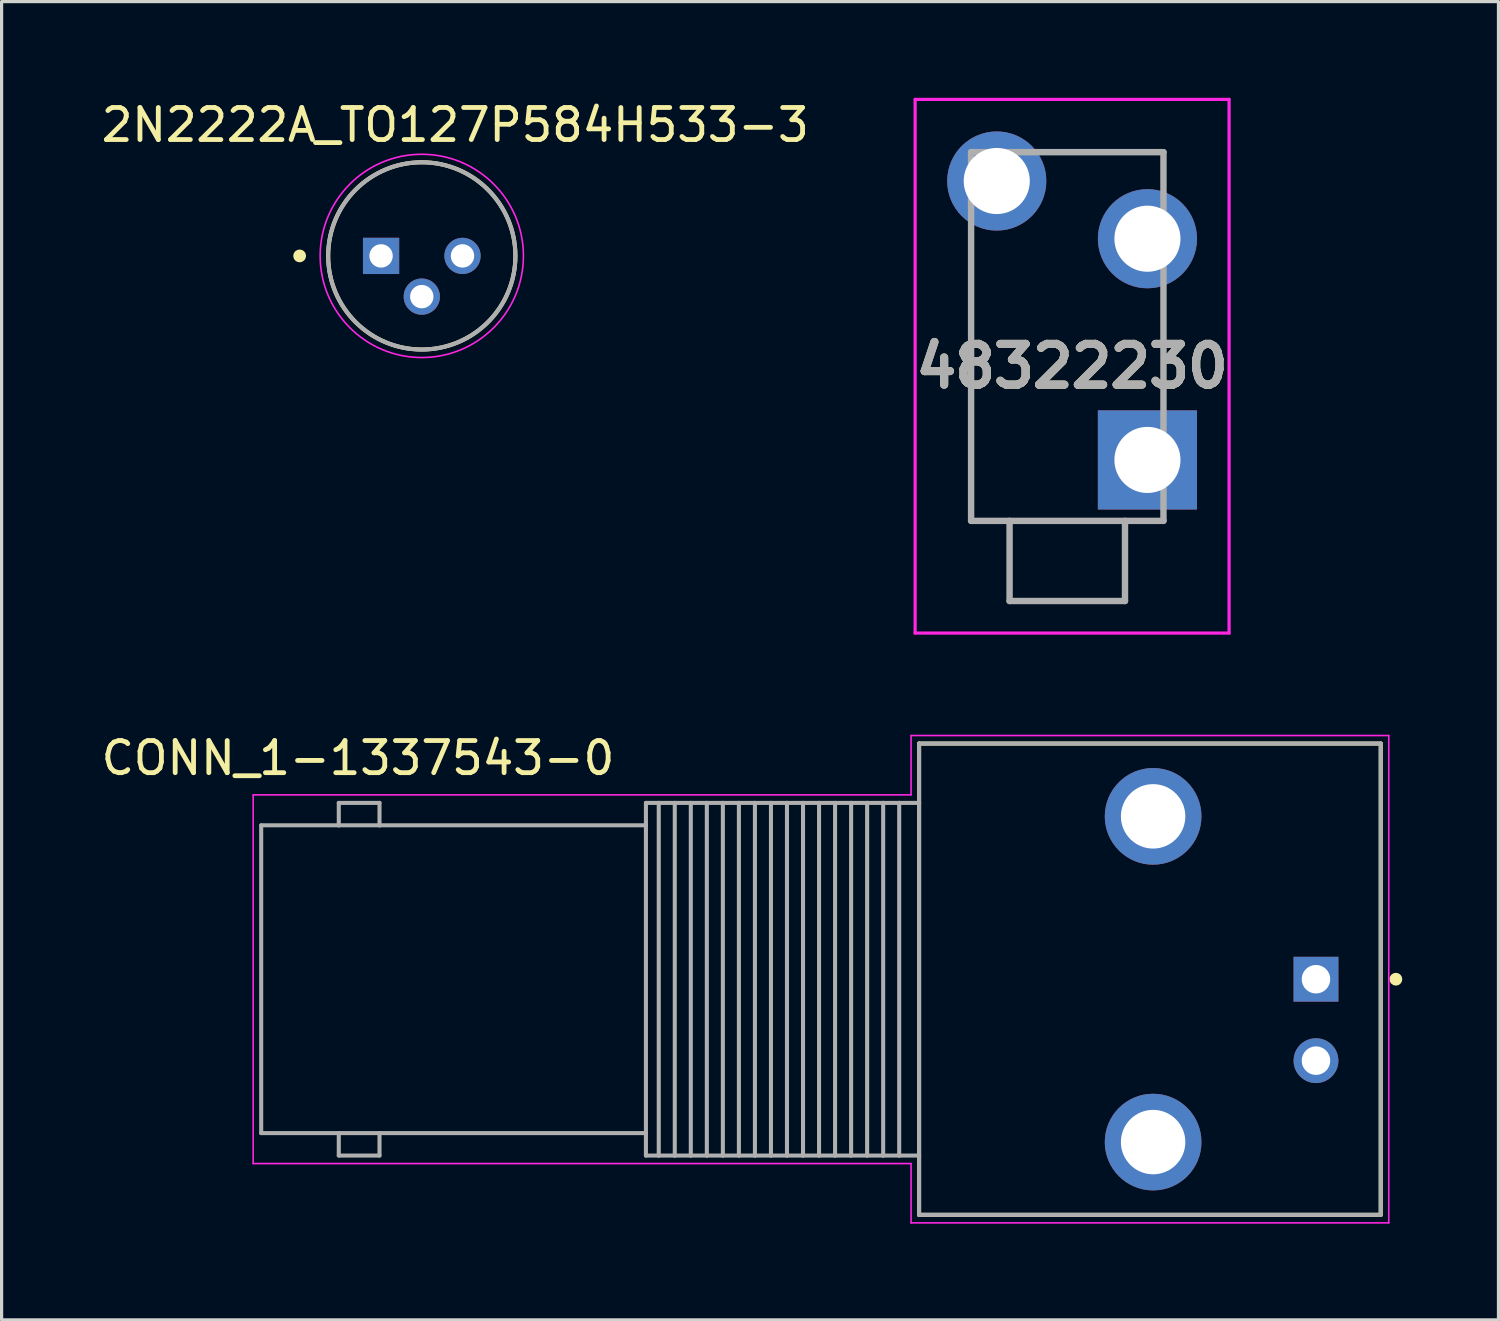
<source format=kicad_pcb>
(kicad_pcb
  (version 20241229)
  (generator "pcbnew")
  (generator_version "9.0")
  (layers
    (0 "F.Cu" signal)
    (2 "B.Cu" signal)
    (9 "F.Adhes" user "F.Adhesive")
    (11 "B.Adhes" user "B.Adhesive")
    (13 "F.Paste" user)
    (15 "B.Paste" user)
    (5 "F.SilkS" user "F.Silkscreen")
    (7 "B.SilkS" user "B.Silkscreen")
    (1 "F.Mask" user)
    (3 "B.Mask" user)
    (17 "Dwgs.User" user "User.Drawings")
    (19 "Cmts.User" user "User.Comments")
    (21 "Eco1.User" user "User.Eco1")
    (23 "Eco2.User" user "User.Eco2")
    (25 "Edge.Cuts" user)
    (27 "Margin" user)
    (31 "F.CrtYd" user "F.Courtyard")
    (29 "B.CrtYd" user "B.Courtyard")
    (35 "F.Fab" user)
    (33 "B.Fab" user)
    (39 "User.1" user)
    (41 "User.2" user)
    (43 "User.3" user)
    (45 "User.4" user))
  (footprint "48322230"
    (layer "F.Cu")
    (at 32.74 11.296)
    (property "Reference" "48322230" (at -2.35 -2.923 0) (layer "F.SilkS") (effects (font (size 1.27 1.27) (thickness 0.254))))
    (attr through_hole)
    (fp_line (start -5.5 -6.9) (end -5.5 1.9) (stroke (width 0.1) (type solid)) (layer "F.SilkS"))
    (fp_line (start -5.5 1.9) (end 0.5 1.9) (stroke (width 0.1) (type solid)) (layer "F.SilkS"))
    (fp_line (start -3 -9.6) (end 0.5 -9.6) (stroke (width 0.1) (type solid)) (layer "F.SilkS"))
    (fp_line (start 0.5 -9.6) (end 0.5 -9.1) (stroke (width 0.1) (type solid)) (layer "F.SilkS"))
    (fp_line (start 0.5 -5.1) (end 0.5 -2.1) (stroke (width 0.1) (type solid)) (layer "F.SilkS"))
    (fp_line (start -7.246 -11.246) (end 2.546 -11.246) (stroke (width 0.1) (type solid)) (layer "F.CrtYd"))
    (fp_line (start -7.246 5.4) (end -7.246 -11.246) (stroke (width 0.1) (type solid)) (layer "F.CrtYd"))
    (fp_line (start 2.546 -11.246) (end 2.546 5.4) (stroke (width 0.1) (type solid)) (layer "F.CrtYd"))
    (fp_line (start 2.546 5.4) (end -7.246 5.4) (stroke (width 0.1) (type solid)) (layer "F.CrtYd"))
    (fp_line (start -5.5 -9.6) (end 0.5 -9.6) (stroke (width 0.2) (type solid)) (layer "F.Fab"))
    (fp_line (start -5.5 1.9) (end -5.5 -9.6) (stroke (width 0.2) (type solid)) (layer "F.Fab"))
    (fp_line (start -4.3 1.9) (end -4.3 4.4) (stroke (width 0.2) (type solid)) (layer "F.Fab"))
    (fp_line (start -4.3 4.4) (end -0.7 4.4) (stroke (width 0.2) (type solid)) (layer "F.Fab"))
    (fp_line (start -0.7 4.4) (end -0.7 1.9) (stroke (width 0.2) (type solid)) (layer "F.Fab"))
    (fp_line (start 0.5 -9.6) (end 0.5 1.9) (stroke (width 0.2) (type solid)) (layer "F.Fab"))
    (fp_line (start 0.5 1.9) (end -5.5 1.9) (stroke (width 0.2) (type solid)) (layer "F.Fab"))
    (fp_text user "${REFERENCE}" (at -2.35 -2.923 0) (layer "F.Fab") (effects (font (size 1.27 1.27) (thickness 0.254))))
    (pad "" np_thru_hole circle (at -2.5 -6.6) (size 0.001 0.001) (drill 1.6) (layers "*.Cu" "*.Mask"))
    (pad "" np_thru_hole circle (at -2.5 -1.9) (size 0.001 0.001) (drill 1.6) (layers "*.Cu" "*.Mask"))
    (pad "1" thru_hole rect (at 0 0) (size 3.092 3.092) (drill 2.062) (layers "*.Cu" "*.Mask"))
    (pad "2" thru_hole circle (at 0 -6.9) (size 3.092 3.092) (drill 2.062) (layers "*.Cu" "*.Mask"))
    (pad "3" thru_hole circle (at -4.7 -8.7) (size 3.092 3.092) (drill 2.062) (layers "*.Cu" "*.Mask")))
  (footprint "2N2222A_TO127P584H533-3"
    (layer "F.Cu")
    (at 10.106 4.932)
    (property "Reference" "2N2222A_TO127P584H533-3" (at 1.043 -4.084 0) (layer "F.SilkS") (effects (font (size 1 1) (thickness 0.15))))
    (attr through_hole)
    (fp_circle (center -3.81 0) (end -3.71 0) (stroke (width 0.2) (type solid)) (fill no) (layer "F.SilkS"))
    (fp_circle (center 0 0) (end 2.92 0) (stroke (width 0.127) (type solid)) (fill no) (layer "F.SilkS"))
    (fp_circle (center 0 0) (end 3.17 0) (stroke (width 0.05) (type solid)) (fill no) (layer "F.CrtYd"))
    (fp_circle (center 0 0) (end 2.92 0) (stroke (width 0.127) (type solid)) (fill no) (layer "F.Fab"))
    (pad "1" thru_hole rect (at -1.27 0) (size 1.13 1.13) (drill 0.73) (layers "*.Cu" "*.Mask"))
    (pad "2" thru_hole circle (at 0 1.27) (size 1.13 1.13) (drill 0.73) (layers "*.Cu" "*.Mask"))
    (pad "3" thru_hole circle (at 1.27 0) (size 1.13 1.13) (drill 0.73) (layers "*.Cu" "*.Mask")))
  (footprint "CONN_1-1337543-0"
    (layer "F.Cu")
    (at 37.997 27.493)
    (property "Reference" "CONN_1-1337543-0" (at -29.881 -6.898 0) (layer "F.SilkS") (effects (font (size 1.002 1.002) (thickness 0.15))))
    (attr through_hole)
    (fp_line (start -12.38 -7.35) (end 2.02 -7.35) (stroke (width 0.127) (type solid)) (layer "F.SilkS"))
    (fp_line (start -12.38 -5.5) (end -12.38 -7.35) (stroke (width 0.127) (type solid)) (layer "F.SilkS"))
    (fp_line (start -12.38 5.5) (end -12.38 -5.5) (stroke (width 0.127) (type solid)) (layer "F.SilkS"))
    (fp_line (start -12.38 7.35) (end -12.38 5.5) (stroke (width 0.127) (type solid)) (layer "F.SilkS"))
    (fp_line (start 2.02 -7.35) (end 2.02 7.35) (stroke (width 0.127) (type solid)) (layer "F.SilkS"))
    (fp_line (start 2.02 7.35) (end -12.38 7.35) (stroke (width 0.127) (type solid)) (layer "F.SilkS"))
    (fp_circle (center 2.492 0) (end 2.592 0) (stroke (width 0.2) (type solid)) (fill no) (layer "F.SilkS"))
    (fp_line (start -33.15 -5.75) (end -12.63 -5.75) (stroke (width 0.05) (type solid)) (layer "F.CrtYd"))
    (fp_line (start -33.15 5.75) (end -33.15 -5.75) (stroke (width 0.05) (type solid)) (layer "F.CrtYd"))
    (fp_line (start -12.63 -7.6) (end 2.27 -7.6) (stroke (width 0.05) (type solid)) (layer "F.CrtYd"))
    (fp_line (start -12.63 -5.75) (end -12.63 -7.6) (stroke (width 0.05) (type solid)) (layer "F.CrtYd"))
    (fp_line (start -12.63 5.75) (end -33.15 5.75) (stroke (width 0.05) (type solid)) (layer "F.CrtYd"))
    (fp_line (start -12.63 7.6) (end -12.63 5.75) (stroke (width 0.05) (type solid)) (layer "F.CrtYd"))
    (fp_line (start 2.27 -7.6) (end 2.27 7.6) (stroke (width 0.05) (type solid)) (layer "F.CrtYd"))
    (fp_line (start 2.27 7.6) (end -12.63 7.6) (stroke (width 0.05) (type solid)) (layer "F.CrtYd"))
    (fp_line (start -32.9 -4.8) (end -32.9 4.8) (stroke (width 0.127) (type solid)) (layer "F.Fab"))
    (fp_line (start -32.9 4.8) (end -30.48 4.8) (stroke (width 0.127) (type solid)) (layer "F.Fab"))
    (fp_line (start -30.48 -5.5) (end -30.48 -4.8) (stroke (width 0.127) (type solid)) (layer "F.Fab"))
    (fp_line (start -30.48 -5.5) (end -29.21 -5.5) (stroke (width 0.127) (type solid)) (layer "F.Fab"))
    (fp_line (start -30.48 -4.8) (end -32.9 -4.8) (stroke (width 0.127) (type solid)) (layer "F.Fab"))
    (fp_line (start -30.48 4.8) (end -30.48 5.5) (stroke (width 0.127) (type solid)) (layer "F.Fab"))
    (fp_line (start -30.48 4.8) (end -29.21 4.8) (stroke (width 0.127) (type solid)) (layer "F.Fab"))
    (fp_line (start -30.48 5.5) (end -29.21 5.5) (stroke (width 0.127) (type solid)) (layer "F.Fab"))
    (fp_line (start -29.21 -5.5) (end -29.21 -4.8) (stroke (width 0.127) (type solid)) (layer "F.Fab"))
    (fp_line (start -29.21 -4.8) (end -30.48 -4.8) (stroke (width 0.127) (type solid)) (layer "F.Fab"))
    (fp_line (start -29.21 4.8) (end -20.9 4.8) (stroke (width 0.127) (type solid)) (layer "F.Fab"))
    (fp_line (start -29.21 5.5) (end -29.21 4.8) (stroke (width 0.127) (type solid)) (layer "F.Fab"))
    (fp_line (start -20.9 -5.5) (end -20.9 5.5) (stroke (width 0.127) (type solid)) (layer "F.Fab"))
    (fp_line (start -20.9 -4.8) (end -29.21 -4.8) (stroke (width 0.127) (type solid)) (layer "F.Fab"))
    (fp_line (start -20.9 5.5) (end -20.5 5.5) (stroke (width 0.127) (type solid)) (layer "F.Fab"))
    (fp_line (start -20.5 -5.5) (end -20.9 -5.5) (stroke (width 0.127) (type solid)) (layer "F.Fab"))
    (fp_line (start -20.5 -5.5) (end -20.5 5.5) (stroke (width 0.127) (type solid)) (layer "F.Fab"))
    (fp_line (start -20.5 5.5) (end -20 5.5) (stroke (width 0.127) (type solid)) (layer "F.Fab"))
    (fp_line (start -20 -5.5) (end -20.5 -5.5) (stroke (width 0.127) (type solid)) (layer "F.Fab"))
    (fp_line (start -20 -5.5) (end -20 5.5) (stroke (width 0.127) (type solid)) (layer "F.Fab"))
    (fp_line (start -20 5.5) (end -19.5 5.5) (stroke (width 0.127) (type solid)) (layer "F.Fab"))
    (fp_line (start -19.5 -5.5) (end -20 -5.5) (stroke (width 0.127) (type solid)) (layer "F.Fab"))
    (fp_line (start -19.5 -5.5) (end -19.5 5.5) (stroke (width 0.127) (type solid)) (layer "F.Fab"))
    (fp_line (start -19.5 5.5) (end -19 5.5) (stroke (width 0.127) (type solid)) (layer "F.Fab"))
    (fp_line (start -19 -5.5) (end -19.5 -5.5) (stroke (width 0.127) (type solid)) (layer "F.Fab"))
    (fp_line (start -19 -5.5) (end -19 5.5) (stroke (width 0.127) (type solid)) (layer "F.Fab"))
    (fp_line (start -19 5.5) (end -18.5 5.5) (stroke (width 0.127) (type solid)) (layer "F.Fab"))
    (fp_line (start -18.5 -5.5) (end -19 -5.5) (stroke (width 0.127) (type solid)) (layer "F.Fab"))
    (fp_line (start -18.5 -5.5) (end -18.5 5.5) (stroke (width 0.127) (type solid)) (layer "F.Fab"))
    (fp_line (start -18.5 5.5) (end -18 5.5) (stroke (width 0.127) (type solid)) (layer "F.Fab"))
    (fp_line (start -18 -5.5) (end -18.5 -5.5) (stroke (width 0.127) (type solid)) (layer "F.Fab"))
    (fp_line (start -18 -5.5) (end -18 5.5) (stroke (width 0.127) (type solid)) (layer "F.Fab"))
    (fp_line (start -18 5.5) (end -17.5 5.5) (stroke (width 0.127) (type solid)) (layer "F.Fab"))
    (fp_line (start -17.5 -5.5) (end -18 -5.5) (stroke (width 0.127) (type solid)) (layer "F.Fab"))
    (fp_line (start -17.5 -5.5) (end -17.5 5.5) (stroke (width 0.127) (type solid)) (layer "F.Fab"))
    (fp_line (start -17.5 5.5) (end -17 5.5) (stroke (width 0.127) (type solid)) (layer "F.Fab"))
    (fp_line (start -17 -5.5) (end -17.5 -5.5) (stroke (width 0.127) (type solid)) (layer "F.Fab"))
    (fp_line (start -17 -5.5) (end -17 5.5) (stroke (width 0.127) (type solid)) (layer "F.Fab"))
    (fp_line (start -17 5.5) (end -16.5 5.5) (stroke (width 0.127) (type solid)) (layer "F.Fab"))
    (fp_line (start -16.5 -5.5) (end -17 -5.5) (stroke (width 0.127) (type solid)) (layer "F.Fab"))
    (fp_line (start -16.5 -5.5) (end -16.5 5.5) (stroke (width 0.127) (type solid)) (layer "F.Fab"))
    (fp_line (start -16.5 5.5) (end -16 5.5) (stroke (width 0.127) (type solid)) (layer "F.Fab"))
    (fp_line (start -16 -5.5) (end -16.5 -5.5) (stroke (width 0.127) (type solid)) (layer "F.Fab"))
    (fp_line (start -16 -5.5) (end -16 5.5) (stroke (width 0.127) (type solid)) (layer "F.Fab"))
    (fp_line (start -16 5.5) (end -15.5 5.5) (stroke (width 0.127) (type solid)) (layer "F.Fab"))
    (fp_line (start -15.5 -5.5) (end -16 -5.5) (stroke (width 0.127) (type solid)) (layer "F.Fab"))
    (fp_line (start -15.5 -5.5) (end -15.5 5.5) (stroke (width 0.127) (type solid)) (layer "F.Fab"))
    (fp_line (start -15.5 5.5) (end -15 5.5) (stroke (width 0.127) (type solid)) (layer "F.Fab"))
    (fp_line (start -15 -5.5) (end -15.5 -5.5) (stroke (width 0.127) (type solid)) (layer "F.Fab"))
    (fp_line (start -15 -5.5) (end -15 5.5) (stroke (width 0.127) (type solid)) (layer "F.Fab"))
    (fp_line (start -15 5.5) (end -14.5 5.5) (stroke (width 0.127) (type solid)) (layer "F.Fab"))
    (fp_line (start -14.5 -5.5) (end -15 -5.5) (stroke (width 0.127) (type solid)) (layer "F.Fab"))
    (fp_line (start -14.5 -5.5) (end -14.5 5.5) (stroke (width 0.127) (type solid)) (layer "F.Fab"))
    (fp_line (start -14.5 5.5) (end -14 5.5) (stroke (width 0.127) (type solid)) (layer "F.Fab"))
    (fp_line (start -14 -5.5) (end -14.5 -5.5) (stroke (width 0.127) (type solid)) (layer "F.Fab"))
    (fp_line (start -14 -5.5) (end -14 5.5) (stroke (width 0.127) (type solid)) (layer "F.Fab"))
    (fp_line (start -14 5.5) (end -13.5 5.5) (stroke (width 0.127) (type solid)) (layer "F.Fab"))
    (fp_line (start -13.5 -5.5) (end -14 -5.5) (stroke (width 0.127) (type solid)) (layer "F.Fab"))
    (fp_line (start -13.5 -5.5) (end -13.5 5.5) (stroke (width 0.127) (type solid)) (layer "F.Fab"))
    (fp_line (start -13.5 5.5) (end -13 5.5) (stroke (width 0.127) (type solid)) (layer "F.Fab"))
    (fp_line (start -13 -5.5) (end -13.5 -5.5) (stroke (width 0.127) (type solid)) (layer "F.Fab"))
    (fp_line (start -13 -5.5) (end -13 5.5) (stroke (width 0.127) (type solid)) (layer "F.Fab"))
    (fp_line (start -13 5.5) (end -12.38 5.5) (stroke (width 0.127) (type solid)) (layer "F.Fab"))
    (fp_line (start -12.38 -7.35) (end 2.02 -7.35) (stroke (width 0.127) (type solid)) (layer "F.Fab"))
    (fp_line (start -12.38 -5.5) (end -13 -5.5) (stroke (width 0.127) (type solid)) (layer "F.Fab"))
    (fp_line (start -12.38 -5.5) (end -12.38 -7.35) (stroke (width 0.127) (type solid)) (layer "F.Fab"))
    (fp_line (start -12.38 5.5) (end -12.38 -5.5) (stroke (width 0.127) (type solid)) (layer "F.Fab"))
    (fp_line (start -12.38 7.35) (end -12.38 5.5) (stroke (width 0.127) (type solid)) (layer "F.Fab"))
    (fp_line (start 2.02 -7.35) (end 2.02 7.35) (stroke (width 0.127) (type solid)) (layer "F.Fab"))
    (fp_line (start 2.02 7.35) (end -12.38 7.35) (stroke (width 0.127) (type solid)) (layer "F.Fab"))
    (pad "1" thru_hole rect (at 0 0) (size 1.398 1.398) (drill 0.89) (layers "*.Cu" "*.Mask"))
    (pad "2" thru_hole circle (at 0 2.54) (size 1.398 1.398) (drill 0.89) (layers "*.Cu" "*.Mask"))
    (pad "P1" thru_hole circle (at -5.08 5.08) (size 3.015 3.015) (drill 2.01) (layers "*.Cu" "*.Mask"))
    (pad "P2" thru_hole circle (at -5.08 -5.08) (size 3.015 3.015) (drill 2.01) (layers "*.Cu" "*.Mask")))
  (gr_rect
    (start -3 -3)
    (end 43.689 38.118)
    (stroke (width 0.1) (type default))
    (fill no)
    (layer "Edge.Cuts")))
</source>
